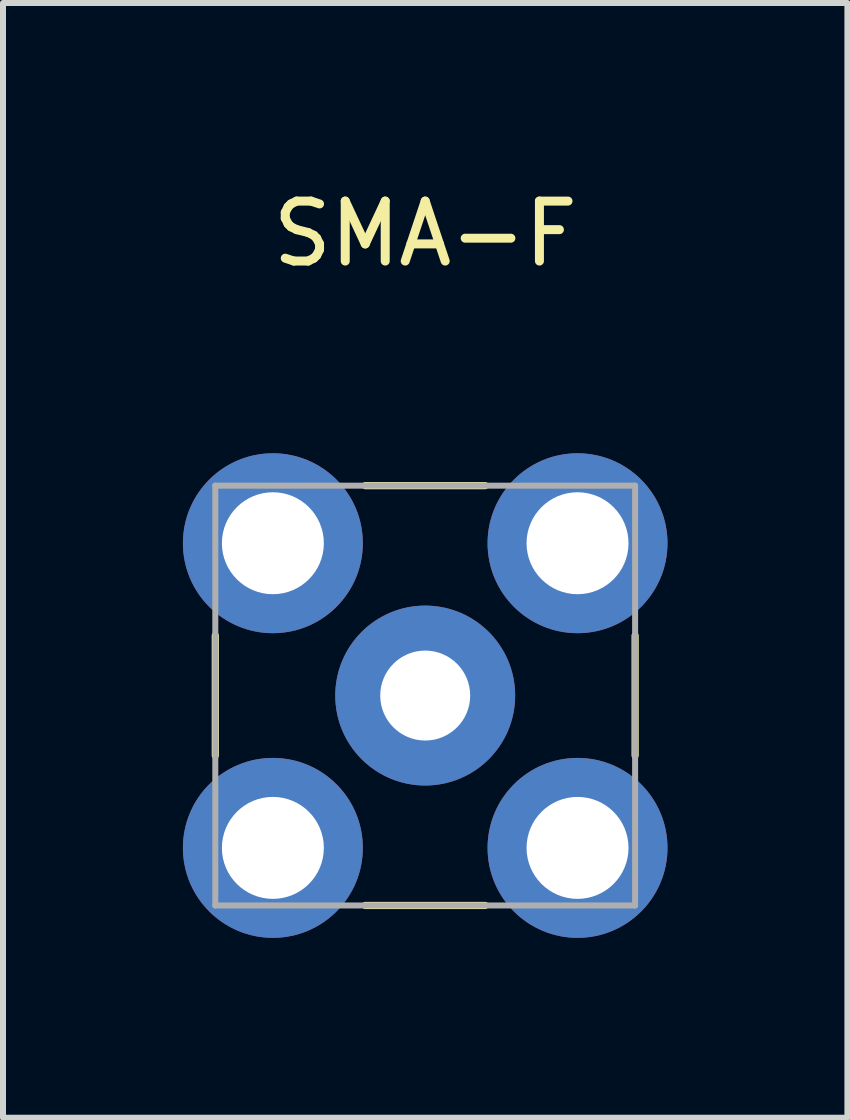
<source format=kicad_pcb>
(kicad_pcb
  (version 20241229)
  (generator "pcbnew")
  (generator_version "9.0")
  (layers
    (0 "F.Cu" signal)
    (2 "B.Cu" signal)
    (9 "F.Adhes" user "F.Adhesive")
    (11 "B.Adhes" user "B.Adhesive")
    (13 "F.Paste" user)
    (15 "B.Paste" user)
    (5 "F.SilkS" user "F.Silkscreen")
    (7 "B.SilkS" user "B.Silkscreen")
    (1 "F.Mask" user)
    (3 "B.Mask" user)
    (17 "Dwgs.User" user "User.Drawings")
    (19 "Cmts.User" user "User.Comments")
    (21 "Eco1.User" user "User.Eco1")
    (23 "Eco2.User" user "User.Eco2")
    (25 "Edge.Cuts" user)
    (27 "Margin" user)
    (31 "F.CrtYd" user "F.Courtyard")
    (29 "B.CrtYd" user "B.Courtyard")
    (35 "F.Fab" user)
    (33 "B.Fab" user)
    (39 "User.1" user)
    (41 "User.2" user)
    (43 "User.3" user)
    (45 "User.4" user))
  (footprint "SMA-F"
    (layer "F.Cu")
    (at 4.04 8.548)
    (property "Reference" "SMA-F" (at 0 -7.7 0) (unlocked yes) (layer "F.SilkS") (effects (font (size 1 1) (thickness 0.15))))
    (attr through_hole)
    (fp_line (start -3.5 1) (end -3.5 -1) (stroke (width 0.12) (type default)) (layer "F.SilkS"))
    (fp_line (start -1 -3.5) (end 1 -3.5) (stroke (width 0.12) (type default)) (layer "F.SilkS"))
    (fp_line (start -1 3.5) (end 1 3.5) (stroke (width 0.12) (type default)) (layer "F.SilkS"))
    (fp_line (start 3.5 1) (end 3.5 -1) (stroke (width 0.12) (type default)) (layer "F.SilkS"))
    (fp_line (start -3.5 3.5) (end -3.5 -3.5) (stroke (width 0.1) (type default)) (layer "F.Fab"))
    (fp_line (start 3.5 -3.5) (end -3.5 -3.5) (stroke (width 0.1) (type default)) (layer "F.Fab"))
    (fp_line (start 3.5 -3.5) (end 3.5 3.5) (stroke (width 0.1) (type default)) (layer "F.Fab"))
    (fp_line (start 3.5 3.5) (end -3.5 3.5) (stroke (width 0.1) (type default)) (layer "F.Fab"))
    (pad "1" thru_hole circle (at 0 0) (size 3 3) (drill 1.5) (layers "*.Cu" "*.Mask"))
    (pad "2" thru_hole circle (at -2.54 -2.54) (size 3 3) (drill 1.7) (layers "*.Cu" "*.Mask"))
    (pad "2" thru_hole circle (at -2.54 2.54) (size 3 3) (drill 1.7) (layers "*.Cu" "*.Mask"))
    (pad "2" thru_hole circle (at 2.54 -2.54) (size 3 3) (drill 1.7) (layers "*.Cu" "*.Mask"))
    (pad "2" thru_hole circle (at 2.54 2.54) (size 3 3) (drill 1.7) (layers "*.Cu" "*.Mask")))
  (gr_rect
    (start -3 -3)
    (end 11.08 15.588)
    (stroke (width 0.1) (type default))
    (fill no)
    (layer "Edge.Cuts")))
</source>
